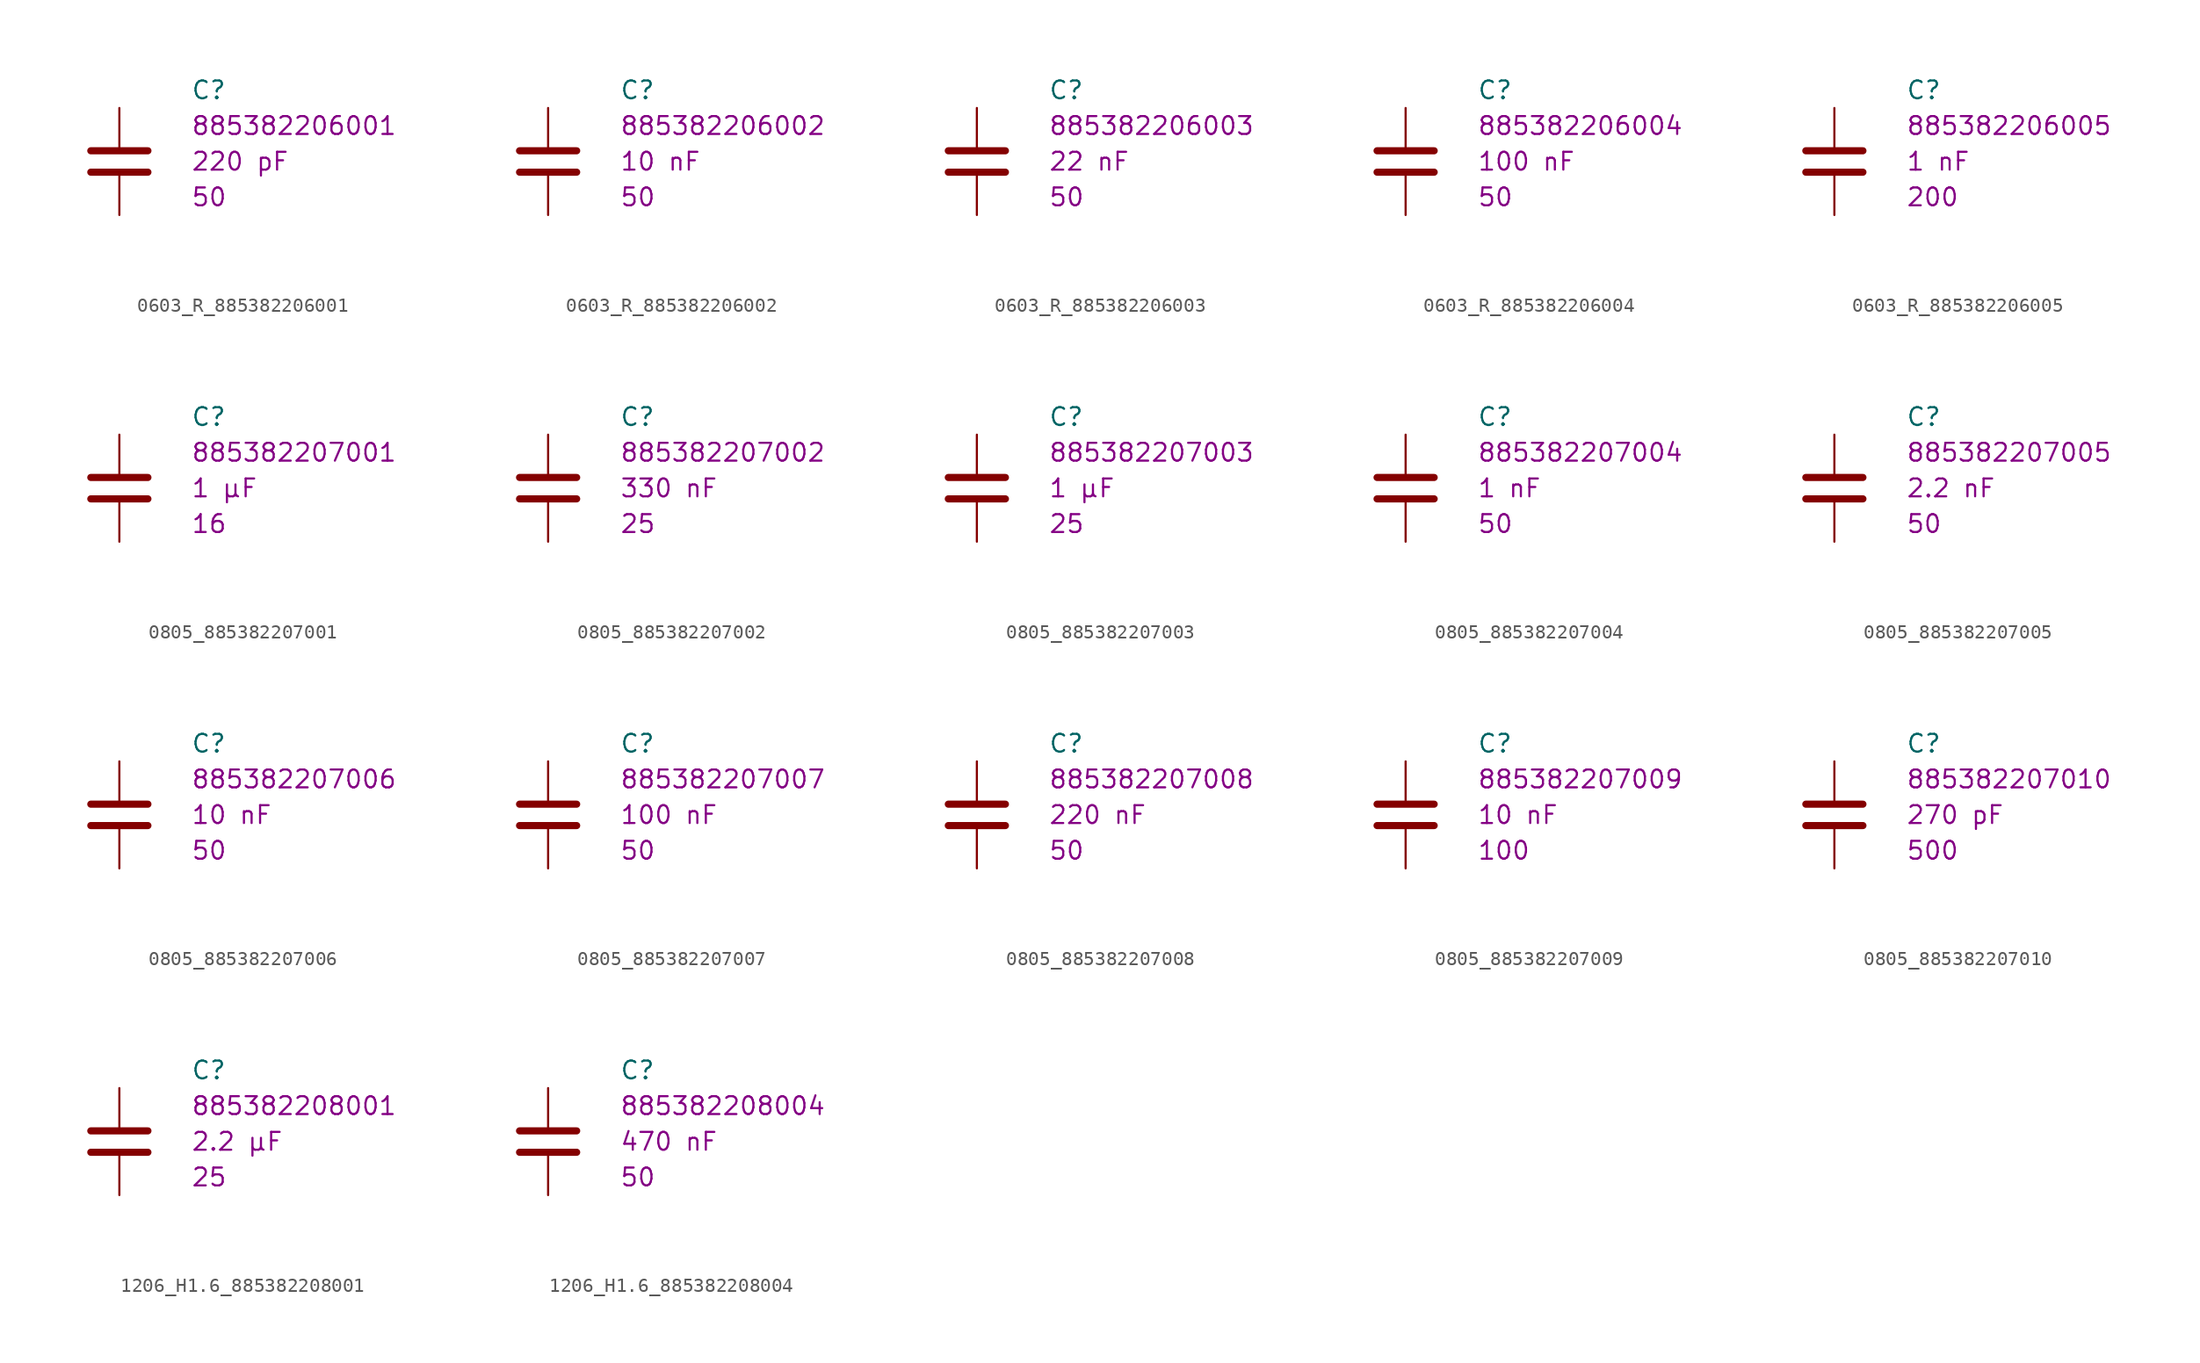
<source format=kicad_sym>
(kicad_symbol_lib
  (version 20220914)
  (generator kicad_symbol_editor)
  (symbol "0603_R_885382206001"
    (pin_numbers hide)
    (pin_names hide)
    (property "Reference" "C"
      (at 5.08 5.08 0)
      (effects (font (size 1.27 1.27)) (justify left)))
    (property "Part Number" "885382206001"
      (at 5.08 2.54 0)
      (effects (font (size 1.27 1.27)) (justify left)))
    (property "Capacitance" "220 pF"
      (at 5.08 0 0)
      (effects (font (size 1.27 1.27)) (justify left)))
    (property "Voltage" "50"
      (at 5.08 -2.54 0)
      (effects (font (size 1.27 1.27)) (justify left)))
    (property "Critical Parameter" ""
      (at 0 -7.62 0)
      (effects (font (size 1.27 1.27))))
    (symbol "0603_R_885382206001_0_1"
      (polyline (pts (xy -2.032 -0.762) (xy 2.032 -0.762)) (stroke (width 0.508) (type default)) (fill (type none)))
      (polyline (pts (xy -2.032 0.762) (xy 2.032 0.762)) (stroke (width 0.508) (type default)) (fill (type none))))
    (symbol "0603_R_885382206001_1_1"
      (pin passive line (at 0 3.81 270) (length 2.794) (name "1" (effects (font (size 1.27 1.27)))) (number "1" (effects (font (size 1.27 1.27)))))
      (pin passive line (at 0 -3.81 90) (length 2.794) (name "2" (effects (font (size 1.27 1.27)))) (number "2" (effects (font (size 1.27 1.27)))))))
  (symbol "0603_R_885382206002"
    (pin_numbers hide)
    (pin_names hide)
    (property "Reference" "C"
      (at 5.08 5.08 0)
      (effects (font (size 1.27 1.27)) (justify left)))
    (property "Part Number" "885382206002"
      (at 5.08 2.54 0)
      (effects (font (size 1.27 1.27)) (justify left)))
    (property "Capacitance" "10 nF"
      (at 5.08 0 0)
      (effects (font (size 1.27 1.27)) (justify left)))
    (property "Voltage" "50"
      (at 5.08 -2.54 0)
      (effects (font (size 1.27 1.27)) (justify left)))
    (property "Critical Parameter" ""
      (at 0 -7.62 0)
      (effects (font (size 1.27 1.27))))
    (symbol "0603_R_885382206002_0_1"
      (polyline (pts (xy -2.032 -0.762) (xy 2.032 -0.762)) (stroke (width 0.508) (type default)) (fill (type none)))
      (polyline (pts (xy -2.032 0.762) (xy 2.032 0.762)) (stroke (width 0.508) (type default)) (fill (type none))))
    (symbol "0603_R_885382206002_1_1"
      (pin passive line (at 0 3.81 270) (length 2.794) (name "1" (effects (font (size 1.27 1.27)))) (number "1" (effects (font (size 1.27 1.27)))))
      (pin passive line (at 0 -3.81 90) (length 2.794) (name "2" (effects (font (size 1.27 1.27)))) (number "2" (effects (font (size 1.27 1.27)))))))
  (symbol "0603_R_885382206003"
    (pin_numbers hide)
    (pin_names hide)
    (property "Reference" "C"
      (at 5.08 5.08 0)
      (effects (font (size 1.27 1.27)) (justify left)))
    (property "Part Number" "885382206003"
      (at 5.08 2.54 0)
      (effects (font (size 1.27 1.27)) (justify left)))
    (property "Capacitance" "22 nF"
      (at 5.08 0 0)
      (effects (font (size 1.27 1.27)) (justify left)))
    (property "Voltage" "50"
      (at 5.08 -2.54 0)
      (effects (font (size 1.27 1.27)) (justify left)))
    (property "Critical Parameter" ""
      (at 0 -7.62 0)
      (effects (font (size 1.27 1.27))))
    (symbol "0603_R_885382206003_0_1"
      (polyline (pts (xy -2.032 -0.762) (xy 2.032 -0.762)) (stroke (width 0.508) (type default)) (fill (type none)))
      (polyline (pts (xy -2.032 0.762) (xy 2.032 0.762)) (stroke (width 0.508) (type default)) (fill (type none))))
    (symbol "0603_R_885382206003_1_1"
      (pin passive line (at 0 3.81 270) (length 2.794) (name "1" (effects (font (size 1.27 1.27)))) (number "1" (effects (font (size 1.27 1.27)))))
      (pin passive line (at 0 -3.81 90) (length 2.794) (name "2" (effects (font (size 1.27 1.27)))) (number "2" (effects (font (size 1.27 1.27)))))))
  (symbol "0603_R_885382206004"
    (pin_numbers hide)
    (pin_names hide)
    (property "Reference" "C"
      (at 5.08 5.08 0)
      (effects (font (size 1.27 1.27)) (justify left)))
    (property "Part Number" "885382206004"
      (at 5.08 2.54 0)
      (effects (font (size 1.27 1.27)) (justify left)))
    (property "Capacitance" "100 nF"
      (at 5.08 0 0)
      (effects (font (size 1.27 1.27)) (justify left)))
    (property "Voltage" "50"
      (at 5.08 -2.54 0)
      (effects (font (size 1.27 1.27)) (justify left)))
    (property "Critical Parameter" ""
      (at 0 -7.62 0)
      (effects (font (size 1.27 1.27))))
    (symbol "0603_R_885382206004_0_1"
      (polyline (pts (xy -2.032 -0.762) (xy 2.032 -0.762)) (stroke (width 0.508) (type default)) (fill (type none)))
      (polyline (pts (xy -2.032 0.762) (xy 2.032 0.762)) (stroke (width 0.508) (type default)) (fill (type none))))
    (symbol "0603_R_885382206004_1_1"
      (pin passive line (at 0 3.81 270) (length 2.794) (name "1" (effects (font (size 1.27 1.27)))) (number "1" (effects (font (size 1.27 1.27)))))
      (pin passive line (at 0 -3.81 90) (length 2.794) (name "2" (effects (font (size 1.27 1.27)))) (number "2" (effects (font (size 1.27 1.27)))))))
  (symbol "0603_R_885382206005"
    (pin_numbers hide)
    (pin_names hide)
    (property "Reference" "C"
      (at 5.08 5.08 0)
      (effects (font (size 1.27 1.27)) (justify left)))
    (property "Part Number" "885382206005"
      (at 5.08 2.54 0)
      (effects (font (size 1.27 1.27)) (justify left)))
    (property "Capacitance" "1 nF"
      (at 5.08 0 0)
      (effects (font (size 1.27 1.27)) (justify left)))
    (property "Voltage" "200"
      (at 5.08 -2.54 0)
      (effects (font (size 1.27 1.27)) (justify left)))
    (property "Critical Parameter" ""
      (at 0 -7.62 0)
      (effects (font (size 1.27 1.27))))
    (symbol "0603_R_885382206005_0_1"
      (polyline (pts (xy -2.032 -0.762) (xy 2.032 -0.762)) (stroke (width 0.508) (type default)) (fill (type none)))
      (polyline (pts (xy -2.032 0.762) (xy 2.032 0.762)) (stroke (width 0.508) (type default)) (fill (type none))))
    (symbol "0603_R_885382206005_1_1"
      (pin passive line (at 0 3.81 270) (length 2.794) (name "1" (effects (font (size 1.27 1.27)))) (number "1" (effects (font (size 1.27 1.27)))))
      (pin passive line (at 0 -3.81 90) (length 2.794) (name "2" (effects (font (size 1.27 1.27)))) (number "2" (effects (font (size 1.27 1.27)))))))
  (symbol "0805_885382207001"
    (pin_numbers hide)
    (pin_names hide)
    (property "Reference" "C"
      (at 5.08 5.08 0)
      (effects (font (size 1.27 1.27)) (justify left)))
    (property "Part Number" "885382207001"
      (at 5.08 2.54 0)
      (effects (font (size 1.27 1.27)) (justify left)))
    (property "Capacitance" "1 µF"
      (at 5.08 0 0)
      (effects (font (size 1.27 1.27)) (justify left)))
    (property "Voltage" "16"
      (at 5.08 -2.54 0)
      (effects (font (size 1.27 1.27)) (justify left)))
    (property "Critical Parameter" ""
      (at 0 -7.62 0)
      (effects (font (size 1.27 1.27))))
    (symbol "0805_885382207001_0_1"
      (polyline (pts (xy -2.032 -0.762) (xy 2.032 -0.762)) (stroke (width 0.508) (type default)) (fill (type none)))
      (polyline (pts (xy -2.032 0.762) (xy 2.032 0.762)) (stroke (width 0.508) (type default)) (fill (type none))))
    (symbol "0805_885382207001_1_1"
      (pin passive line (at 0 3.81 270) (length 2.794) (name "1" (effects (font (size 1.27 1.27)))) (number "1" (effects (font (size 1.27 1.27)))))
      (pin passive line (at 0 -3.81 90) (length 2.794) (name "2" (effects (font (size 1.27 1.27)))) (number "2" (effects (font (size 1.27 1.27)))))))
  (symbol "0805_885382207002"
    (pin_numbers hide)
    (pin_names hide)
    (property "Reference" "C"
      (at 5.08 5.08 0)
      (effects (font (size 1.27 1.27)) (justify left)))
    (property "Part Number" "885382207002"
      (at 5.08 2.54 0)
      (effects (font (size 1.27 1.27)) (justify left)))
    (property "Capacitance" "330 nF"
      (at 5.08 0 0)
      (effects (font (size 1.27 1.27)) (justify left)))
    (property "Voltage" "25"
      (at 5.08 -2.54 0)
      (effects (font (size 1.27 1.27)) (justify left)))
    (property "Critical Parameter" ""
      (at 0 -7.62 0)
      (effects (font (size 1.27 1.27))))
    (symbol "0805_885382207002_0_1"
      (polyline (pts (xy -2.032 -0.762) (xy 2.032 -0.762)) (stroke (width 0.508) (type default)) (fill (type none)))
      (polyline (pts (xy -2.032 0.762) (xy 2.032 0.762)) (stroke (width 0.508) (type default)) (fill (type none))))
    (symbol "0805_885382207002_1_1"
      (pin passive line (at 0 3.81 270) (length 2.794) (name "1" (effects (font (size 1.27 1.27)))) (number "1" (effects (font (size 1.27 1.27)))))
      (pin passive line (at 0 -3.81 90) (length 2.794) (name "2" (effects (font (size 1.27 1.27)))) (number "2" (effects (font (size 1.27 1.27)))))))
  (symbol "0805_885382207003"
    (pin_numbers hide)
    (pin_names hide)
    (property "Reference" "C"
      (at 5.08 5.08 0)
      (effects (font (size 1.27 1.27)) (justify left)))
    (property "Part Number" "885382207003"
      (at 5.08 2.54 0)
      (effects (font (size 1.27 1.27)) (justify left)))
    (property "Capacitance" "1 µF"
      (at 5.08 0 0)
      (effects (font (size 1.27 1.27)) (justify left)))
    (property "Voltage" "25"
      (at 5.08 -2.54 0)
      (effects (font (size 1.27 1.27)) (justify left)))
    (property "Critical Parameter" ""
      (at 0 -7.62 0)
      (effects (font (size 1.27 1.27))))
    (symbol "0805_885382207003_0_1"
      (polyline (pts (xy -2.032 -0.762) (xy 2.032 -0.762)) (stroke (width 0.508) (type default)) (fill (type none)))
      (polyline (pts (xy -2.032 0.762) (xy 2.032 0.762)) (stroke (width 0.508) (type default)) (fill (type none))))
    (symbol "0805_885382207003_1_1"
      (pin passive line (at 0 3.81 270) (length 2.794) (name "1" (effects (font (size 1.27 1.27)))) (number "1" (effects (font (size 1.27 1.27)))))
      (pin passive line (at 0 -3.81 90) (length 2.794) (name "2" (effects (font (size 1.27 1.27)))) (number "2" (effects (font (size 1.27 1.27)))))))
  (symbol "0805_885382207004"
    (pin_numbers hide)
    (pin_names hide)
    (property "Reference" "C"
      (at 5.08 5.08 0)
      (effects (font (size 1.27 1.27)) (justify left)))
    (property "Part Number" "885382207004"
      (at 5.08 2.54 0)
      (effects (font (size 1.27 1.27)) (justify left)))
    (property "Capacitance" "1 nF"
      (at 5.08 0 0)
      (effects (font (size 1.27 1.27)) (justify left)))
    (property "Voltage" "50"
      (at 5.08 -2.54 0)
      (effects (font (size 1.27 1.27)) (justify left)))
    (property "Critical Parameter" ""
      (at 0 -7.62 0)
      (effects (font (size 1.27 1.27))))
    (symbol "0805_885382207004_0_1"
      (polyline (pts (xy -2.032 -0.762) (xy 2.032 -0.762)) (stroke (width 0.508) (type default)) (fill (type none)))
      (polyline (pts (xy -2.032 0.762) (xy 2.032 0.762)) (stroke (width 0.508) (type default)) (fill (type none))))
    (symbol "0805_885382207004_1_1"
      (pin passive line (at 0 3.81 270) (length 2.794) (name "1" (effects (font (size 1.27 1.27)))) (number "1" (effects (font (size 1.27 1.27)))))
      (pin passive line (at 0 -3.81 90) (length 2.794) (name "2" (effects (font (size 1.27 1.27)))) (number "2" (effects (font (size 1.27 1.27)))))))
  (symbol "0805_885382207005"
    (pin_numbers hide)
    (pin_names hide)
    (property "Reference" "C"
      (at 5.08 5.08 0)
      (effects (font (size 1.27 1.27)) (justify left)))
    (property "Part Number" "885382207005"
      (at 5.08 2.54 0)
      (effects (font (size 1.27 1.27)) (justify left)))
    (property "Capacitance" "2.2 nF"
      (at 5.08 0 0)
      (effects (font (size 1.27 1.27)) (justify left)))
    (property "Voltage" "50"
      (at 5.08 -2.54 0)
      (effects (font (size 1.27 1.27)) (justify left)))
    (property "Critical Parameter" ""
      (at 0 -7.62 0)
      (effects (font (size 1.27 1.27))))
    (symbol "0805_885382207005_0_1"
      (polyline (pts (xy -2.032 -0.762) (xy 2.032 -0.762)) (stroke (width 0.508) (type default)) (fill (type none)))
      (polyline (pts (xy -2.032 0.762) (xy 2.032 0.762)) (stroke (width 0.508) (type default)) (fill (type none))))
    (symbol "0805_885382207005_1_1"
      (pin passive line (at 0 3.81 270) (length 2.794) (name "1" (effects (font (size 1.27 1.27)))) (number "1" (effects (font (size 1.27 1.27)))))
      (pin passive line (at 0 -3.81 90) (length 2.794) (name "2" (effects (font (size 1.27 1.27)))) (number "2" (effects (font (size 1.27 1.27)))))))
  (symbol "0805_885382207006"
    (pin_numbers hide)
    (pin_names hide)
    (property "Reference" "C"
      (at 5.08 5.08 0)
      (effects (font (size 1.27 1.27)) (justify left)))
    (property "Part Number" "885382207006"
      (at 5.08 2.54 0)
      (effects (font (size 1.27 1.27)) (justify left)))
    (property "Capacitance" "10 nF"
      (at 5.08 0 0)
      (effects (font (size 1.27 1.27)) (justify left)))
    (property "Voltage" "50"
      (at 5.08 -2.54 0)
      (effects (font (size 1.27 1.27)) (justify left)))
    (property "Critical Parameter" ""
      (at 0 -7.62 0)
      (effects (font (size 1.27 1.27))))
    (symbol "0805_885382207006_0_1"
      (polyline (pts (xy -2.032 -0.762) (xy 2.032 -0.762)) (stroke (width 0.508) (type default)) (fill (type none)))
      (polyline (pts (xy -2.032 0.762) (xy 2.032 0.762)) (stroke (width 0.508) (type default)) (fill (type none))))
    (symbol "0805_885382207006_1_1"
      (pin passive line (at 0 3.81 270) (length 2.794) (name "1" (effects (font (size 1.27 1.27)))) (number "1" (effects (font (size 1.27 1.27)))))
      (pin passive line (at 0 -3.81 90) (length 2.794) (name "2" (effects (font (size 1.27 1.27)))) (number "2" (effects (font (size 1.27 1.27)))))))
  (symbol "0805_885382207007"
    (pin_numbers hide)
    (pin_names hide)
    (property "Reference" "C"
      (at 5.08 5.08 0)
      (effects (font (size 1.27 1.27)) (justify left)))
    (property "Part Number" "885382207007"
      (at 5.08 2.54 0)
      (effects (font (size 1.27 1.27)) (justify left)))
    (property "Capacitance" "100 nF"
      (at 5.08 0 0)
      (effects (font (size 1.27 1.27)) (justify left)))
    (property "Voltage" "50"
      (at 5.08 -2.54 0)
      (effects (font (size 1.27 1.27)) (justify left)))
    (property "Critical Parameter" ""
      (at 0 -7.62 0)
      (effects (font (size 1.27 1.27))))
    (symbol "0805_885382207007_0_1"
      (polyline (pts (xy -2.032 -0.762) (xy 2.032 -0.762)) (stroke (width 0.508) (type default)) (fill (type none)))
      (polyline (pts (xy -2.032 0.762) (xy 2.032 0.762)) (stroke (width 0.508) (type default)) (fill (type none))))
    (symbol "0805_885382207007_1_1"
      (pin passive line (at 0 3.81 270) (length 2.794) (name "1" (effects (font (size 1.27 1.27)))) (number "1" (effects (font (size 1.27 1.27)))))
      (pin passive line (at 0 -3.81 90) (length 2.794) (name "2" (effects (font (size 1.27 1.27)))) (number "2" (effects (font (size 1.27 1.27)))))))
  (symbol "0805_885382207008"
    (pin_numbers hide)
    (pin_names hide)
    (property "Reference" "C"
      (at 5.08 5.08 0)
      (effects (font (size 1.27 1.27)) (justify left)))
    (property "Part Number" "885382207008"
      (at 5.08 2.54 0)
      (effects (font (size 1.27 1.27)) (justify left)))
    (property "Capacitance" "220 nF"
      (at 5.08 0 0)
      (effects (font (size 1.27 1.27)) (justify left)))
    (property "Voltage" "50"
      (at 5.08 -2.54 0)
      (effects (font (size 1.27 1.27)) (justify left)))
    (property "Critical Parameter" ""
      (at 0 -7.62 0)
      (effects (font (size 1.27 1.27))))
    (symbol "0805_885382207008_0_1"
      (polyline (pts (xy -2.032 -0.762) (xy 2.032 -0.762)) (stroke (width 0.508) (type default)) (fill (type none)))
      (polyline (pts (xy -2.032 0.762) (xy 2.032 0.762)) (stroke (width 0.508) (type default)) (fill (type none))))
    (symbol "0805_885382207008_1_1"
      (pin passive line (at 0 3.81 270) (length 2.794) (name "1" (effects (font (size 1.27 1.27)))) (number "1" (effects (font (size 1.27 1.27)))))
      (pin passive line (at 0 -3.81 90) (length 2.794) (name "2" (effects (font (size 1.27 1.27)))) (number "2" (effects (font (size 1.27 1.27)))))))
  (symbol "0805_885382207009"
    (pin_numbers hide)
    (pin_names hide)
    (property "Reference" "C"
      (at 5.08 5.08 0)
      (effects (font (size 1.27 1.27)) (justify left)))
    (property "Part Number" "885382207009"
      (at 5.08 2.54 0)
      (effects (font (size 1.27 1.27)) (justify left)))
    (property "Capacitance" "10 nF"
      (at 5.08 0 0)
      (effects (font (size 1.27 1.27)) (justify left)))
    (property "Voltage" "100"
      (at 5.08 -2.54 0)
      (effects (font (size 1.27 1.27)) (justify left)))
    (property "Critical Parameter" ""
      (at 0 -7.62 0)
      (effects (font (size 1.27 1.27))))
    (symbol "0805_885382207009_0_1"
      (polyline (pts (xy -2.032 -0.762) (xy 2.032 -0.762)) (stroke (width 0.508) (type default)) (fill (type none)))
      (polyline (pts (xy -2.032 0.762) (xy 2.032 0.762)) (stroke (width 0.508) (type default)) (fill (type none))))
    (symbol "0805_885382207009_1_1"
      (pin passive line (at 0 3.81 270) (length 2.794) (name "1" (effects (font (size 1.27 1.27)))) (number "1" (effects (font (size 1.27 1.27)))))
      (pin passive line (at 0 -3.81 90) (length 2.794) (name "2" (effects (font (size 1.27 1.27)))) (number "2" (effects (font (size 1.27 1.27)))))))
  (symbol "0805_885382207010"
    (pin_numbers hide)
    (pin_names hide)
    (property "Reference" "C"
      (at 5.08 5.08 0)
      (effects (font (size 1.27 1.27)) (justify left)))
    (property "Part Number" "885382207010"
      (at 5.08 2.54 0)
      (effects (font (size 1.27 1.27)) (justify left)))
    (property "Capacitance" "270 pF"
      (at 5.08 0 0)
      (effects (font (size 1.27 1.27)) (justify left)))
    (property "Voltage" "500"
      (at 5.08 -2.54 0)
      (effects (font (size 1.27 1.27)) (justify left)))
    (property "Critical Parameter" ""
      (at 0 -7.62 0)
      (effects (font (size 1.27 1.27))))
    (symbol "0805_885382207010_0_1"
      (polyline (pts (xy -2.032 -0.762) (xy 2.032 -0.762)) (stroke (width 0.508) (type default)) (fill (type none)))
      (polyline (pts (xy -2.032 0.762) (xy 2.032 0.762)) (stroke (width 0.508) (type default)) (fill (type none))))
    (symbol "0805_885382207010_1_1"
      (pin passive line (at 0 3.81 270) (length 2.794) (name "1" (effects (font (size 1.27 1.27)))) (number "1" (effects (font (size 1.27 1.27)))))
      (pin passive line (at 0 -3.81 90) (length 2.794) (name "2" (effects (font (size 1.27 1.27)))) (number "2" (effects (font (size 1.27 1.27)))))))
  (symbol "1206_H1.6_885382208001"
    (pin_numbers hide)
    (pin_names hide)
    (property "Reference" "C"
      (at 5.08 5.08 0)
      (effects (font (size 1.27 1.27)) (justify left)))
    (property "Part Number" "885382208001"
      (at 5.08 2.54 0)
      (effects (font (size 1.27 1.27)) (justify left)))
    (property "Capacitance" "2.2 µF"
      (at 5.08 0 0)
      (effects (font (size 1.27 1.27)) (justify left)))
    (property "Voltage" "25"
      (at 5.08 -2.54 0)
      (effects (font (size 1.27 1.27)) (justify left)))
    (property "Critical Parameter" ""
      (at 0 -7.62 0)
      (effects (font (size 1.27 1.27))))
    (symbol "1206_H1.6_885382208001_0_1"
      (polyline (pts (xy -2.032 -0.762) (xy 2.032 -0.762)) (stroke (width 0.508) (type default)) (fill (type none)))
      (polyline (pts (xy -2.032 0.762) (xy 2.032 0.762)) (stroke (width 0.508) (type default)) (fill (type none))))
    (symbol "1206_H1.6_885382208001_1_1"
      (pin passive line (at 0 3.81 270) (length 2.794) (name "1" (effects (font (size 1.27 1.27)))) (number "1" (effects (font (size 1.27 1.27)))))
      (pin passive line (at 0 -3.81 90) (length 2.794) (name "2" (effects (font (size 1.27 1.27)))) (number "2" (effects (font (size 1.27 1.27)))))))
  (symbol "1206_H1.6_885382208004"
    (pin_numbers hide)
    (pin_names hide)
    (property "Reference" "C"
      (at 5.08 5.08 0)
      (effects (font (size 1.27 1.27)) (justify left)))
    (property "Part Number" "885382208004"
      (at 5.08 2.54 0)
      (effects (font (size 1.27 1.27)) (justify left)))
    (property "Capacitance" "470 nF"
      (at 5.08 0 0)
      (effects (font (size 1.27 1.27)) (justify left)))
    (property "Voltage" "50"
      (at 5.08 -2.54 0)
      (effects (font (size 1.27 1.27)) (justify left)))
    (property "Critical Parameter" ""
      (at 0 -7.62 0)
      (effects (font (size 1.27 1.27))))
    (symbol "1206_H1.6_885382208004_0_1"
      (polyline (pts (xy -2.032 -0.762) (xy 2.032 -0.762)) (stroke (width 0.508) (type default)) (fill (type none)))
      (polyline (pts (xy -2.032 0.762) (xy 2.032 0.762)) (stroke (width 0.508) (type default)) (fill (type none))))
    (symbol "1206_H1.6_885382208004_1_1"
      (pin passive line (at 0 3.81 270) (length 2.794) (name "1" (effects (font (size 1.27 1.27)))) (number "1" (effects (font (size 1.27 1.27)))))
      (pin passive line (at 0 -3.81 90) (length 2.794) (name "2" (effects (font (size 1.27 1.27)))) (number "2" (effects (font (size 1.27 1.27))))))))
</source>
